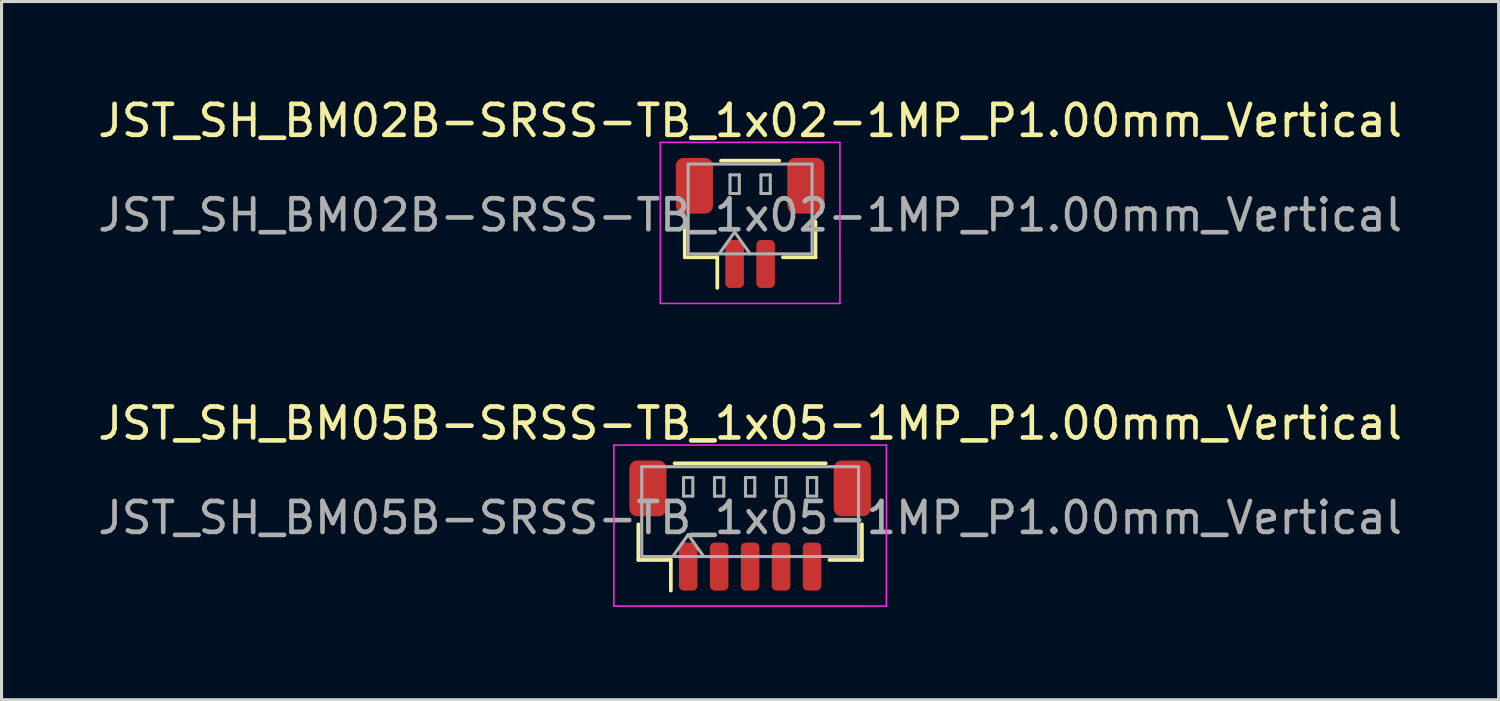
<source format=kicad_pcb>
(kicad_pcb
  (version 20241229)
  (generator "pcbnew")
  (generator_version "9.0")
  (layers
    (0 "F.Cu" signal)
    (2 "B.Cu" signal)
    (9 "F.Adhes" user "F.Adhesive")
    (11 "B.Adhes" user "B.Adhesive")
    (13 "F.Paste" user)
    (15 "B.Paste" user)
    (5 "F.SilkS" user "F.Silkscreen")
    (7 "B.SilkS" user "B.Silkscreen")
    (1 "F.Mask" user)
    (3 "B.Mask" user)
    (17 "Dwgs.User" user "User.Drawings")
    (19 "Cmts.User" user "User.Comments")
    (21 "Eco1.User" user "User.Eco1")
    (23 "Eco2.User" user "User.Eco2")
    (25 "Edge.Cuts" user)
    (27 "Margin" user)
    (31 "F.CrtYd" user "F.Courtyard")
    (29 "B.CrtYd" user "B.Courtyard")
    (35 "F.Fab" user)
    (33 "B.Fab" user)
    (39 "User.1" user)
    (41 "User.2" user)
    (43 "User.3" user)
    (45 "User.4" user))
  (footprint "JST_SH_BM02B-SRSS-TB_1x02-1MP_P1.00mm_Vertical"
    (layer "F.Cu")
    (at 21.173 4.148)
    (property "Reference" "JST_SH_BM02B-SRSS-TB_1x02-1MP_P1.00mm_Vertical" (at 0 -3.3 0) (layer "F.SilkS") (effects (font (size 1 1) (thickness 0.15))))
    (attr smd)
    (fp_line (start -2.11 -0.04) (end -2.11 1.11) (stroke (width 0.12) (type solid)) (layer "F.SilkS"))
    (fp_line (start -2.11 1.11) (end -1.06 1.11) (stroke (width 0.12) (type solid)) (layer "F.SilkS"))
    (fp_line (start -1.06 1.11) (end -1.06 2.1) (stroke (width 0.12) (type solid)) (layer "F.SilkS"))
    (fp_line (start -0.94 -2.01) (end 0.94 -2.01) (stroke (width 0.12) (type solid)) (layer "F.SilkS"))
    (fp_line (start 2.11 -0.04) (end 2.11 1.11) (stroke (width 0.12) (type solid)) (layer "F.SilkS"))
    (fp_line (start 2.11 1.11) (end 1.06 1.11) (stroke (width 0.12) (type solid)) (layer "F.SilkS"))
    (fp_line (start -2.9 -2.6) (end -2.9 2.6) (stroke (width 0.05) (type solid)) (layer "F.CrtYd"))
    (fp_line (start -2.9 2.6) (end 2.9 2.6) (stroke (width 0.05) (type solid)) (layer "F.CrtYd"))
    (fp_line (start 2.9 -2.6) (end -2.9 -2.6) (stroke (width 0.05) (type solid)) (layer "F.CrtYd"))
    (fp_line (start 2.9 2.6) (end 2.9 -2.6) (stroke (width 0.05) (type solid)) (layer "F.CrtYd"))
    (fp_line (start -2 -1.9) (end 2 -1.9) (stroke (width 0.1) (type solid)) (layer "F.Fab"))
    (fp_line (start -2 1) (end -2 -1.9) (stroke (width 0.1) (type solid)) (layer "F.Fab"))
    (fp_line (start -2 1) (end 2 1) (stroke (width 0.1) (type solid)) (layer "F.Fab"))
    (fp_line (start -1 1) (end -0.5 0.293) (stroke (width 0.1) (type solid)) (layer "F.Fab"))
    (fp_line (start -0.65 -1.55) (end -0.65 -0.95) (stroke (width 0.1) (type solid)) (layer "F.Fab"))
    (fp_line (start -0.65 -0.95) (end -0.35 -0.95) (stroke (width 0.1) (type solid)) (layer "F.Fab"))
    (fp_line (start -0.5 0.293) (end 0 1) (stroke (width 0.1) (type solid)) (layer "F.Fab"))
    (fp_line (start -0.35 -1.55) (end -0.65 -1.55) (stroke (width 0.1) (type solid)) (layer "F.Fab"))
    (fp_line (start -0.35 -0.95) (end -0.35 -1.55) (stroke (width 0.1) (type solid)) (layer "F.Fab"))
    (fp_line (start 0.35 -1.55) (end 0.35 -0.95) (stroke (width 0.1) (type solid)) (layer "F.Fab"))
    (fp_line (start 0.35 -0.95) (end 0.65 -0.95) (stroke (width 0.1) (type solid)) (layer "F.Fab"))
    (fp_line (start 0.65 -1.55) (end 0.35 -1.55) (stroke (width 0.1) (type solid)) (layer "F.Fab"))
    (fp_line (start 0.65 -0.95) (end 0.65 -1.55) (stroke (width 0.1) (type solid)) (layer "F.Fab"))
    (fp_line (start 2 1) (end 2 -1.9) (stroke (width 0.1) (type solid)) (layer "F.Fab"))
    (fp_text user "${REFERENCE}" (at 0 -0.25 0) (layer "F.Fab") (effects (font (size 1 1) (thickness 0.15))))
    (pad "1" smd roundrect (at -0.5 1.325) (size 0.6 1.55) (layers "F.Cu" "F.Mask" "F.Paste") (roundrect_rratio 0.25))
    (pad "2" smd roundrect (at 0.5 1.325) (size 0.6 1.55) (layers "F.Cu" "F.Mask" "F.Paste") (roundrect_rratio 0.25))
    (pad "MP" smd roundrect (at -1.8 -1.2) (size 1.2 1.8) (layers "F.Cu" "F.Mask" "F.Paste") (roundrect_rratio 0.208))
    (pad "MP" smd roundrect (at 1.8 -1.2) (size 1.2 1.8) (layers "F.Cu" "F.Mask" "F.Paste") (roundrect_rratio 0.208)))
  (footprint "JST_SH_BM05B-SRSS-TB_1x05-1MP_P1.00mm_Vertical"
    (layer "F.Cu")
    (at 21.173 13.921)
    (property "Reference" "JST_SH_BM05B-SRSS-TB_1x05-1MP_P1.00mm_Vertical" (at 0 -3.3 0) (layer "F.SilkS") (effects (font (size 1 1) (thickness 0.15))))
    (attr smd)
    (fp_line (start -3.61 -0.04) (end -3.61 1.11) (stroke (width 0.12) (type solid)) (layer "F.SilkS"))
    (fp_line (start -3.61 1.11) (end -2.56 1.11) (stroke (width 0.12) (type solid)) (layer "F.SilkS"))
    (fp_line (start -2.56 1.11) (end -2.56 2.1) (stroke (width 0.12) (type solid)) (layer "F.SilkS"))
    (fp_line (start -2.44 -2.01) (end 2.44 -2.01) (stroke (width 0.12) (type solid)) (layer "F.SilkS"))
    (fp_line (start 3.61 -0.04) (end 3.61 1.11) (stroke (width 0.12) (type solid)) (layer "F.SilkS"))
    (fp_line (start 3.61 1.11) (end 2.56 1.11) (stroke (width 0.12) (type solid)) (layer "F.SilkS"))
    (fp_line (start -4.4 -2.6) (end -4.4 2.6) (stroke (width 0.05) (type solid)) (layer "F.CrtYd"))
    (fp_line (start -4.4 2.6) (end 4.4 2.6) (stroke (width 0.05) (type solid)) (layer "F.CrtYd"))
    (fp_line (start 4.4 -2.6) (end -4.4 -2.6) (stroke (width 0.05) (type solid)) (layer "F.CrtYd"))
    (fp_line (start 4.4 2.6) (end 4.4 -2.6) (stroke (width 0.05) (type solid)) (layer "F.CrtYd"))
    (fp_line (start -3.5 -1.9) (end 3.5 -1.9) (stroke (width 0.1) (type solid)) (layer "F.Fab"))
    (fp_line (start -3.5 1) (end -3.5 -1.9) (stroke (width 0.1) (type solid)) (layer "F.Fab"))
    (fp_line (start -3.5 1) (end 3.5 1) (stroke (width 0.1) (type solid)) (layer "F.Fab"))
    (fp_line (start -2.5 1) (end -2 0.293) (stroke (width 0.1) (type solid)) (layer "F.Fab"))
    (fp_line (start -2.15 -1.55) (end -2.15 -0.95) (stroke (width 0.1) (type solid)) (layer "F.Fab"))
    (fp_line (start -2.15 -0.95) (end -1.85 -0.95) (stroke (width 0.1) (type solid)) (layer "F.Fab"))
    (fp_line (start -2 0.293) (end -1.5 1) (stroke (width 0.1) (type solid)) (layer "F.Fab"))
    (fp_line (start -1.85 -1.55) (end -2.15 -1.55) (stroke (width 0.1) (type solid)) (layer "F.Fab"))
    (fp_line (start -1.85 -0.95) (end -1.85 -1.55) (stroke (width 0.1) (type solid)) (layer "F.Fab"))
    (fp_line (start -1.15 -1.55) (end -1.15 -0.95) (stroke (width 0.1) (type solid)) (layer "F.Fab"))
    (fp_line (start -1.15 -0.95) (end -0.85 -0.95) (stroke (width 0.1) (type solid)) (layer "F.Fab"))
    (fp_line (start -0.85 -1.55) (end -1.15 -1.55) (stroke (width 0.1) (type solid)) (layer "F.Fab"))
    (fp_line (start -0.85 -0.95) (end -0.85 -1.55) (stroke (width 0.1) (type solid)) (layer "F.Fab"))
    (fp_line (start -0.15 -1.55) (end -0.15 -0.95) (stroke (width 0.1) (type solid)) (layer "F.Fab"))
    (fp_line (start -0.15 -0.95) (end 0.15 -0.95) (stroke (width 0.1) (type solid)) (layer "F.Fab"))
    (fp_line (start 0.15 -1.55) (end -0.15 -1.55) (stroke (width 0.1) (type solid)) (layer "F.Fab"))
    (fp_line (start 0.15 -0.95) (end 0.15 -1.55) (stroke (width 0.1) (type solid)) (layer "F.Fab"))
    (fp_line (start 0.85 -1.55) (end 0.85 -0.95) (stroke (width 0.1) (type solid)) (layer "F.Fab"))
    (fp_line (start 0.85 -0.95) (end 1.15 -0.95) (stroke (width 0.1) (type solid)) (layer "F.Fab"))
    (fp_line (start 1.15 -1.55) (end 0.85 -1.55) (stroke (width 0.1) (type solid)) (layer "F.Fab"))
    (fp_line (start 1.15 -0.95) (end 1.15 -1.55) (stroke (width 0.1) (type solid)) (layer "F.Fab"))
    (fp_line (start 1.85 -1.55) (end 1.85 -0.95) (stroke (width 0.1) (type solid)) (layer "F.Fab"))
    (fp_line (start 1.85 -0.95) (end 2.15 -0.95) (stroke (width 0.1) (type solid)) (layer "F.Fab"))
    (fp_line (start 2.15 -1.55) (end 1.85 -1.55) (stroke (width 0.1) (type solid)) (layer "F.Fab"))
    (fp_line (start 2.15 -0.95) (end 2.15 -1.55) (stroke (width 0.1) (type solid)) (layer "F.Fab"))
    (fp_line (start 3.5 1) (end 3.5 -1.9) (stroke (width 0.1) (type solid)) (layer "F.Fab"))
    (fp_text user "${REFERENCE}" (at 0 -0.25 0) (layer "F.Fab") (effects (font (size 1 1) (thickness 0.15))))
    (pad "1" smd roundrect (at -2 1.325) (size 0.6 1.55) (layers "F.Cu" "F.Mask" "F.Paste") (roundrect_rratio 0.25))
    (pad "2" smd roundrect (at -1 1.325) (size 0.6 1.55) (layers "F.Cu" "F.Mask" "F.Paste") (roundrect_rratio 0.25))
    (pad "3" smd roundrect (at 0 1.325) (size 0.6 1.55) (layers "F.Cu" "F.Mask" "F.Paste") (roundrect_rratio 0.25))
    (pad "4" smd roundrect (at 1 1.325) (size 0.6 1.55) (layers "F.Cu" "F.Mask" "F.Paste") (roundrect_rratio 0.25))
    (pad "5" smd roundrect (at 2 1.325) (size 0.6 1.55) (layers "F.Cu" "F.Mask" "F.Paste") (roundrect_rratio 0.25))
    (pad "MP" smd roundrect (at -3.3 -1.2) (size 1.2 1.8) (layers "F.Cu" "F.Mask" "F.Paste") (roundrect_rratio 0.208))
    (pad "MP" smd roundrect (at 3.3 -1.2) (size 1.2 1.8) (layers "F.Cu" "F.Mask" "F.Paste") (roundrect_rratio 0.208)))
  (gr_rect
    (start -3 -3)
    (end 45.345 19.547)
    (stroke (width 0.1) (type default))
    (fill no)
    (layer "Edge.Cuts")))
</source>
